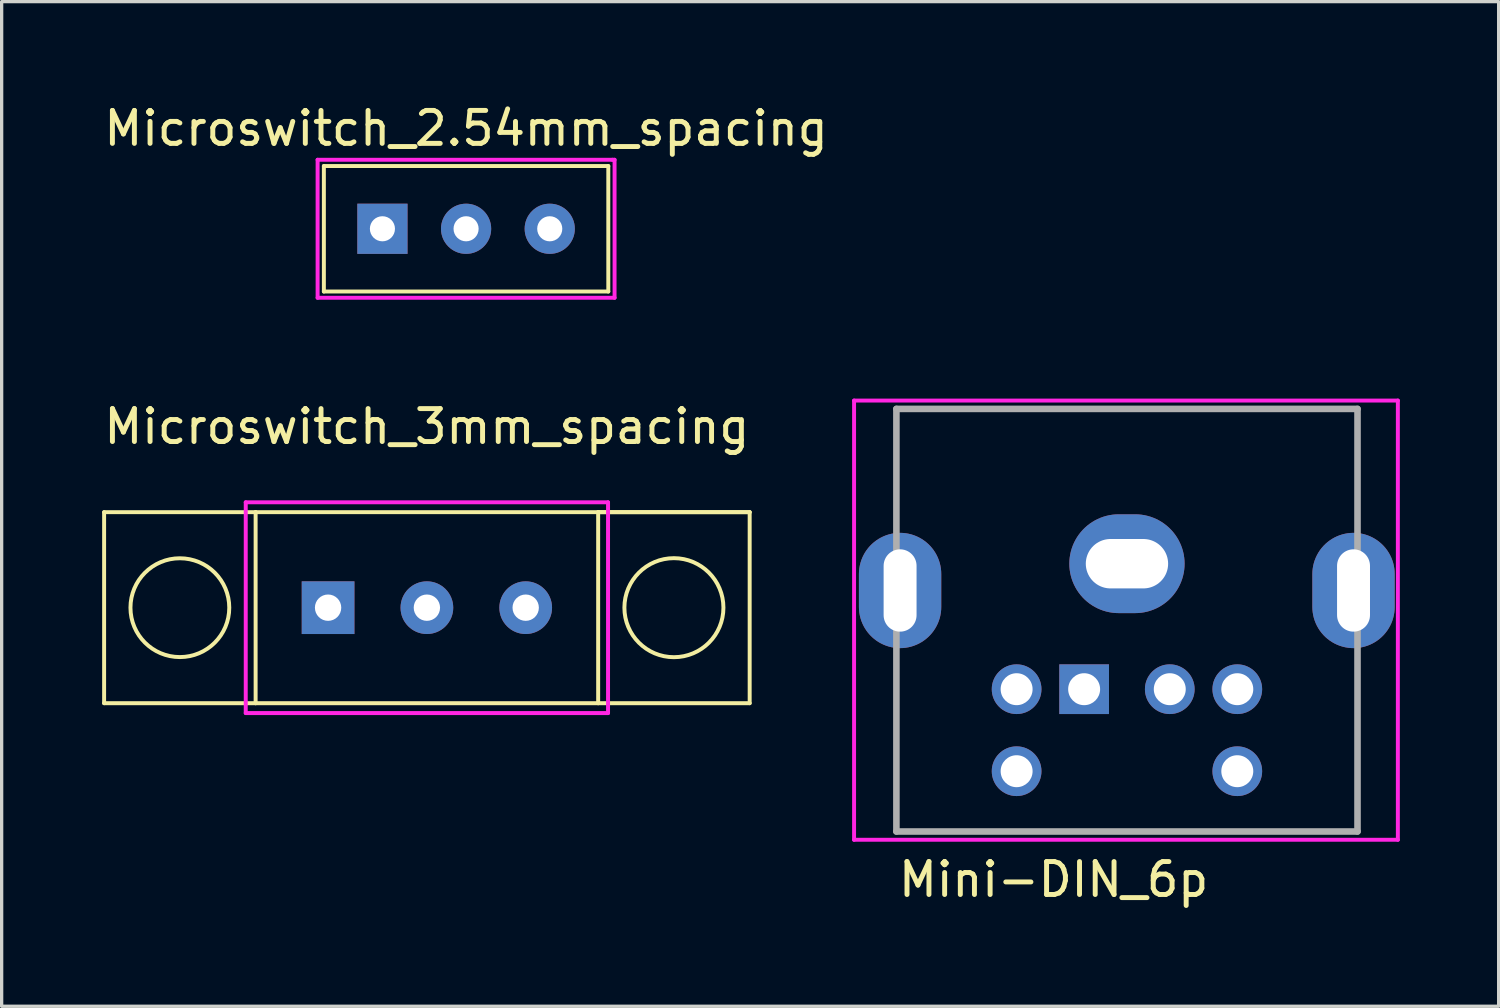
<source format=kicad_pcb>
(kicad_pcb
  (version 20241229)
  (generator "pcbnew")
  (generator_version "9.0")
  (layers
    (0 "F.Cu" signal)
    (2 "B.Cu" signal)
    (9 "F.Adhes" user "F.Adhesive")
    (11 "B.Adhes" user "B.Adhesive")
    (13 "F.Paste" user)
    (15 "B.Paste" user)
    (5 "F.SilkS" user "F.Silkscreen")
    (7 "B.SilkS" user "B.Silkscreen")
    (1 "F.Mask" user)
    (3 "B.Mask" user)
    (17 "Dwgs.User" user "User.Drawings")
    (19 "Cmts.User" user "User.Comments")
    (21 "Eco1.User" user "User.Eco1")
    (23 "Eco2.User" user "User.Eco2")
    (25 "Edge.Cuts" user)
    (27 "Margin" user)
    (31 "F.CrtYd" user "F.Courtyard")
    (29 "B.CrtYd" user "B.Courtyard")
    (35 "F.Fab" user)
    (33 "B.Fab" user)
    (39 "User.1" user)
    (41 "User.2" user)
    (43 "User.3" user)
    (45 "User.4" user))
  (footprint "Mini-DIN_6p"
    (layer "F.Cu")
    (at 24.151 9.366)
    (property "Reference" "Mini-DIN_6p" (at 0 14.287 0) (layer "F.SilkS") (effects (font (size 1 1) (thickness 0.15)) (justify left)))
    (attr through_hole)
    (fp_line (start 0.015 -0.001) (end 0.015 -0.001) (stroke (width 0.1) (type solid)) (layer "F.SilkS"))
    (fp_line (start 0.015 -0.001) (end 0.015 -0.001) (stroke (width 0.1) (type solid)) (layer "F.SilkS"))
    (fp_line (start 0.015 -0.001) (end 0.015 3.249) (stroke (width 0.1) (type solid)) (layer "F.SilkS"))
    (fp_line (start 0.015 -0.001) (end 14.015 -0.001) (stroke (width 0.1) (type solid)) (layer "F.SilkS"))
    (fp_line (start 0.015 3.249) (end 0.015 -0.001) (stroke (width 0.1) (type solid)) (layer "F.SilkS"))
    (fp_line (start 0.015 3.249) (end 0.015 3.249) (stroke (width 0.1) (type solid)) (layer "F.SilkS"))
    (fp_line (start 0.015 7.749) (end 0.015 7.749) (stroke (width 0.1) (type solid)) (layer "F.SilkS"))
    (fp_line (start 0.015 7.749) (end 0.015 12.829) (stroke (width 0.1) (type solid)) (layer "F.SilkS"))
    (fp_line (start 0.015 12.829) (end 0.015 7.749) (stroke (width 0.1) (type solid)) (layer "F.SilkS"))
    (fp_line (start 0.015 12.829) (end 0.015 12.829) (stroke (width 0.1) (type solid)) (layer "F.SilkS"))
    (fp_line (start 0.015 12.829) (end 0.015 12.829) (stroke (width 0.1) (type solid)) (layer "F.SilkS"))
    (fp_line (start 0.015 12.829) (end 14.015 12.829) (stroke (width 0.1) (type solid)) (layer "F.SilkS"))
    (fp_line (start 14.015 -0.001) (end 0.015 -0.001) (stroke (width 0.1) (type solid)) (layer "F.SilkS"))
    (fp_line (start 14.015 -0.001) (end 14.015 -0.001) (stroke (width 0.1) (type solid)) (layer "F.SilkS"))
    (fp_line (start 14.015 -0.001) (end 14.015 -0.001) (stroke (width 0.1) (type solid)) (layer "F.SilkS"))
    (fp_line (start 14.015 -0.001) (end 14.015 3.249) (stroke (width 0.1) (type solid)) (layer "F.SilkS"))
    (fp_line (start 14.015 3.249) (end 14.015 -0.001) (stroke (width 0.1) (type solid)) (layer "F.SilkS"))
    (fp_line (start 14.015 3.249) (end 14.015 3.249) (stroke (width 0.1) (type solid)) (layer "F.SilkS"))
    (fp_line (start 14.015 7.749) (end 14.015 7.749) (stroke (width 0.1) (type solid)) (layer "F.SilkS"))
    (fp_line (start 14.015 7.749) (end 14.015 12.829) (stroke (width 0.1) (type solid)) (layer "F.SilkS"))
    (fp_line (start 14.015 12.829) (end 0.015 12.829) (stroke (width 0.1) (type solid)) (layer "F.SilkS"))
    (fp_line (start 14.015 12.829) (end 14.015 7.749) (stroke (width 0.1) (type solid)) (layer "F.SilkS"))
    (fp_line (start 14.015 12.829) (end 14.015 12.829) (stroke (width 0.1) (type solid)) (layer "F.SilkS"))
    (fp_line (start 14.015 12.829) (end 14.015 12.829) (stroke (width 0.1) (type solid)) (layer "F.SilkS"))
    (fp_line (start -1.27 -0.254) (end 15.24 -0.254) (stroke (width 0.12) (type solid)) (layer "F.CrtYd"))
    (fp_line (start -1.27 13.081) (end -1.27 -0.254) (stroke (width 0.12) (type solid)) (layer "F.CrtYd"))
    (fp_line (start 15.24 -0.254) (end 15.24 13.081) (stroke (width 0.12) (type solid)) (layer "F.CrtYd"))
    (fp_line (start 15.24 13.081) (end -1.27 13.081) (stroke (width 0.12) (type solid)) (layer "F.CrtYd"))
    (fp_line (start 0.015 -0.001) (end 14.015 -0.001) (stroke (width 0.2) (type solid)) (layer "F.Fab"))
    (fp_line (start 0.015 12.829) (end 0.015 -0.001) (stroke (width 0.2) (type solid)) (layer "F.Fab"))
    (fp_line (start 14.015 -0.001) (end 14.015 12.829) (stroke (width 0.2) (type solid)) (layer "F.Fab"))
    (fp_line (start 14.015 12.829) (end 0.015 12.829) (stroke (width 0.2) (type solid)) (layer "F.Fab"))
    (pad "1" thru_hole rect (at 5.715 8.509 180) (size 1.509 1.509) (drill 0.97) (layers "*.Cu" "*.Mask"))
    (pad "2" thru_hole circle (at 8.315 8.509 180) (size 1.509 1.509) (drill 0.97) (layers "*.Cu" "*.Mask"))
    (pad "3" thru_hole circle (at 3.665 8.509 180) (size 1.509 1.509) (drill 0.97) (layers "*.Cu" "*.Mask"))
    (pad "4" thru_hole circle (at 10.365 8.509 180) (size 1.509 1.509) (drill 0.97) (layers "*.Cu" "*.Mask"))
    (pad "5" thru_hole circle (at 3.665 10.999 180) (size 1.509 1.509) (drill 0.97) (layers "*.Cu" "*.Mask"))
    (pad "6" thru_hole circle (at 10.365 10.999 180) (size 1.509 1.509) (drill 0.97) (layers "*.Cu" "*.Mask"))
    (pad "MH1" thru_hole oval (at 7.015 4.699 180) (size 3.5 3) (drill oval 2.5 1.5) (layers "*.Cu" "*.Mask"))
    (pad "MH2" thru_hole oval (at 13.894 5.512 180) (size 2.5 3.5) (drill oval 1 2.5) (layers "*.Cu" "*.Mask"))
    (pad "MH3" thru_hole oval (at 0.127 5.512 180) (size 2.5 3.5) (drill oval 1 2.5) (layers "*.Cu" "*.Mask")))
  (footprint "Microswitch_3mm_spacing"
    (layer "F.Cu")
    (at 6.911 15.4)
    (property "Reference" "Microswitch_3mm_spacing" (at 3 -5.5 0) (layer "F.SilkS") (effects (font (size 1 1) (thickness 0.15))))
    (attr through_hole)
    (fp_line (start -6.8 -2.9) (end -2.2 -2.9) (stroke (width 0.12) (type solid)) (layer "F.SilkS"))
    (fp_line (start -6.8 2.9) (end -6.8 -2.9) (stroke (width 0.12) (type solid)) (layer "F.SilkS"))
    (fp_line (start -2.2 -2.9) (end 8.2 -2.9) (stroke (width 0.12) (type solid)) (layer "F.SilkS"))
    (fp_line (start -2.2 2.9) (end -6.8 2.9) (stroke (width 0.12) (type solid)) (layer "F.SilkS"))
    (fp_line (start -2.2 2.9) (end -2.2 -2.9) (stroke (width 0.12) (type solid)) (layer "F.SilkS"))
    (fp_line (start 8.2 -2.9) (end 8.2 2.9) (stroke (width 0.12) (type solid)) (layer "F.SilkS"))
    (fp_line (start 8.2 2.9) (end -2.2 2.9) (stroke (width 0.12) (type solid)) (layer "F.SilkS"))
    (fp_line (start 8.2 2.9) (end 12.8 2.9) (stroke (width 0.12) (type solid)) (layer "F.SilkS"))
    (fp_line (start 12.8 -2.9) (end 8.2 -2.9) (stroke (width 0.12) (type solid)) (layer "F.SilkS"))
    (fp_line (start 12.8 -2.9) (end 8.2 -2.9) (stroke (width 0.12) (type solid)) (layer "F.SilkS"))
    (fp_line (start 12.8 2.9) (end 12.8 -2.9) (stroke (width 0.12) (type solid)) (layer "F.SilkS"))
    (fp_circle (center -4.5 0) (end -3 0) (stroke (width 0.12) (type solid)) (fill no) (layer "F.SilkS"))
    (fp_circle (center 10.5 0) (end 12 -0.1) (stroke (width 0.12) (type solid)) (fill no) (layer "F.SilkS"))
    (fp_line (start -2.5 -3.2) (end 8.5 -3.2) (stroke (width 0.12) (type solid)) (layer "F.CrtYd"))
    (fp_line (start -2.5 3.2) (end -2.5 -3.2) (stroke (width 0.12) (type solid)) (layer "F.CrtYd"))
    (fp_line (start 8.5 -3.2) (end 8.5 3.2) (stroke (width 0.12) (type solid)) (layer "F.CrtYd"))
    (fp_line (start 8.5 3.2) (end -2.5 3.2) (stroke (width 0.12) (type solid)) (layer "F.CrtYd"))
    (pad "1" thru_hole rect (at 0 0) (size 1.6 1.6) (drill 0.8) (layers "*.Cu" "*.Mask"))
    (pad "2" thru_hole circle (at 3 0) (size 1.6 1.6) (drill 0.8) (layers "*.Cu" "*.Mask"))
    (pad "3" thru_hole circle (at 6 0) (size 1.6 1.6) (drill 0.8) (layers "*.Cu" "*.Mask")))
  (footprint "Microswitch_2.54mm_spacing"
    (layer "F.Cu")
    (at 8.561 3.896)
    (property "Reference" "Microswitch_2.54mm_spacing" (at 2.54 -3.048 0) (layer "F.SilkS") (effects (font (size 1 1) (thickness 0.15))))
    (attr through_hole)
    (fp_line (start -1.778 -1.905) (end -1.778 1.905) (stroke (width 0.12) (type solid)) (layer "F.SilkS"))
    (fp_line (start -1.778 1.905) (end 6.858 1.905) (stroke (width 0.12) (type solid)) (layer "F.SilkS"))
    (fp_line (start 6.858 -1.905) (end -1.778 -1.905) (stroke (width 0.12) (type solid)) (layer "F.SilkS"))
    (fp_line (start 6.858 1.905) (end 6.858 -1.905) (stroke (width 0.12) (type solid)) (layer "F.SilkS"))
    (fp_line (start -1.968 -2.095) (end 6.985 -2.095) (stroke (width 0.12) (type solid)) (layer "F.CrtYd"))
    (fp_line (start -1.968 2.095) (end -1.968 -2.095) (stroke (width 0.12) (type solid)) (layer "F.CrtYd"))
    (fp_line (start 6.985 -2.095) (end 7.048 -2.095) (stroke (width 0.12) (type solid)) (layer "F.CrtYd"))
    (fp_line (start 7.048 -2.095) (end 7.048 2.095) (stroke (width 0.12) (type solid)) (layer "F.CrtYd"))
    (fp_line (start 7.048 2.095) (end -1.968 2.095) (stroke (width 0.12) (type solid)) (layer "F.CrtYd"))
    (pad "1" thru_hole rect (at 0 0) (size 1.524 1.524) (drill 0.762) (layers "*.Cu" "*.Mask"))
    (pad "2" thru_hole circle (at 2.54 0) (size 1.524 1.524) (drill 0.762) (layers "*.Cu" "*.Mask"))
    (pad "3" thru_hole circle (at 5.08 0) (size 1.524 1.524) (drill 0.762) (layers "*.Cu" "*.Mask")))
  (gr_rect
    (start -3 -3)
    (end 42.451 27.502)
    (stroke (width 0.1) (type default))
    (fill no)
    (layer "Edge.Cuts")))
</source>
